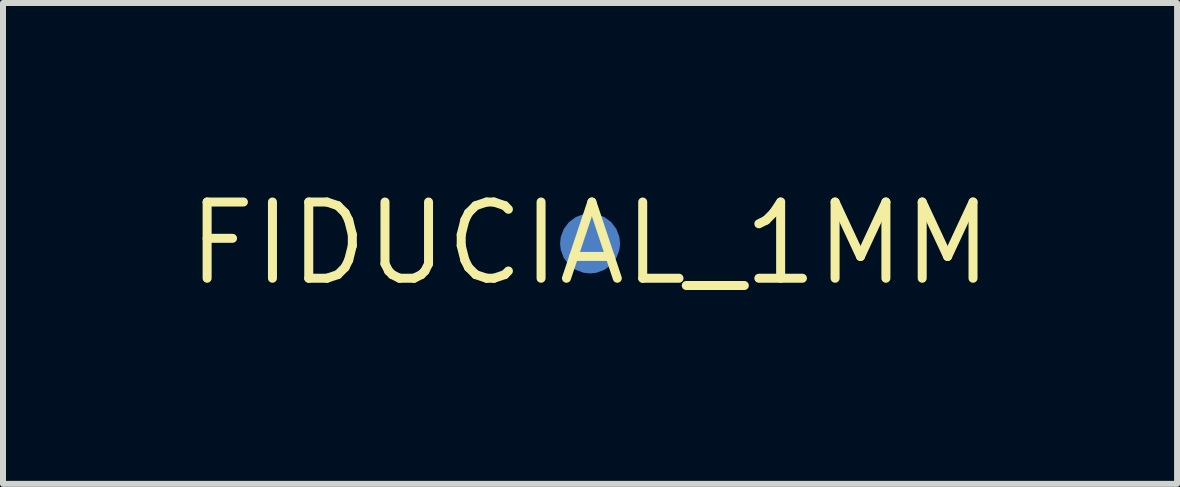
<source format=kicad_pcb>
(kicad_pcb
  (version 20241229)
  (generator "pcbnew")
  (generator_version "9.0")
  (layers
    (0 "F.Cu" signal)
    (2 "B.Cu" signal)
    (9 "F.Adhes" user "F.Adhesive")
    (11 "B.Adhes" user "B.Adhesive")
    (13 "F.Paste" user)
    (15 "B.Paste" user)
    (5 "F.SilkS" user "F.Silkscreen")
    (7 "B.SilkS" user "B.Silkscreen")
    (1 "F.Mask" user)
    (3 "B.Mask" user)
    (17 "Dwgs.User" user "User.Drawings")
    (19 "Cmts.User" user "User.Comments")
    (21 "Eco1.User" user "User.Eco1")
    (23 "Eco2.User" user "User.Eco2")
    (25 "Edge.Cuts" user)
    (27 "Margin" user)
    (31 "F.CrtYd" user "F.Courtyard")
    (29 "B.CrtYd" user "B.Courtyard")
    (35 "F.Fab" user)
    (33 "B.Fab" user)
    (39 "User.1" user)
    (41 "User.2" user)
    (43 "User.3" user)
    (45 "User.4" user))
  (footprint "FIDUCIAL_1MM"
    (layer "F.Cu")
    (at 6.781 1.006)
    (property "Reference" "FIDUCIAL_1MM" (at 0 0 0) (layer "F.SilkS") (effects (font (size 1.27 1.27) (thickness 0.15))))
    (fp_arc (start -0.75 0) (mid -0.53033 -0.53033) (end 0 -0.75) (stroke (width 0.5) (type solid)) (layer "B.Mask"))
    (fp_arc (start 0 -0.75) (mid 0.53033 -0.53033) (end 0.75 0) (stroke (width 0.5) (type solid)) (layer "B.Mask"))
    (fp_arc (start 0 0.75) (mid -0.53033 0.53033) (end -0.75 0) (stroke (width 0.5) (type solid)) (layer "B.Mask"))
    (fp_arc (start 0.75 0) (mid 0.53033 0.53033) (end 0 0.75) (stroke (width 0.5) (type solid)) (layer "B.Mask"))
    (pad "1" smd roundrect (at 0 0) (size 1 1) (layers "B.Cu" "B.Mask") (roundrect_rratio 0.5)))
  (gr_rect
    (start -3 -3)
    (end 16.561 5.012)
    (stroke (width 0.1) (type default))
    (fill no)
    (layer "Edge.Cuts")))
</source>
